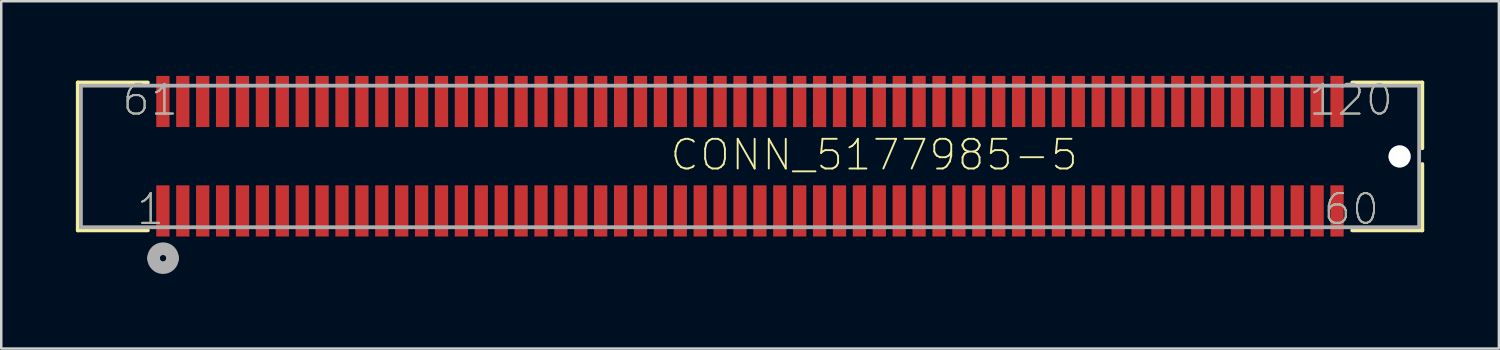
<source format=kicad_pcb>
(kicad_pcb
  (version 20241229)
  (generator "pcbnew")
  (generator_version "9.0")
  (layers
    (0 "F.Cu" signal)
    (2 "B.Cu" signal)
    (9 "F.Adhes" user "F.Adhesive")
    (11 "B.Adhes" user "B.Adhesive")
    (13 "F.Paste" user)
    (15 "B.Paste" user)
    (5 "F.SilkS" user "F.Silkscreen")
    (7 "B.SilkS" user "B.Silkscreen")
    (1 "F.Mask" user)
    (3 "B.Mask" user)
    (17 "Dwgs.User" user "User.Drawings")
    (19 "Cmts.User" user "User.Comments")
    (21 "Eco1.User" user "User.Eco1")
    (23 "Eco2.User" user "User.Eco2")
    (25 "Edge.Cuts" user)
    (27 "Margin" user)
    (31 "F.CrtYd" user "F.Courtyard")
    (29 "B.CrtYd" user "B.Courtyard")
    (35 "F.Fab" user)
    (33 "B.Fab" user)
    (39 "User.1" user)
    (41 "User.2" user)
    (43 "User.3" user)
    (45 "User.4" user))
  (footprint "CONN_5177985-5"
    (layer "F.Cu")
    (at 50.698 1.029)
    (property "Reference" "CONN_5177985-5" (at -26.873 2.845 0) (layer "F.SilkS") (effects (font (size 1.194 1.194) (thickness 0.076)) (justify left bottom)))
    (fp_line (start -50.622 -0.762) (end -50.622 5.182) (stroke (width 0.152) (type solid)) (layer "F.SilkS"))
    (fp_line (start -50.622 5.182) (end -47.803 5.182) (stroke (width 0.152) (type solid)) (layer "F.SilkS"))
    (fp_line (start -47.803 -0.762) (end -50.622 -0.762) (stroke (width 0.152) (type solid)) (layer "F.SilkS"))
    (fp_line (start 0.61 5.182) (end 3.429 5.182) (stroke (width 0.152) (type solid)) (layer "F.SilkS"))
    (fp_line (start 3.429 -0.762) (end 0.61 -0.762) (stroke (width 0.152) (type solid)) (layer "F.SilkS"))
    (fp_line (start 3.429 1.88) (end 3.429 -0.762) (stroke (width 0.152) (type solid)) (layer "F.SilkS"))
    (fp_line (start 3.429 5.182) (end 3.429 2.515) (stroke (width 0.152) (type solid)) (layer "F.SilkS"))
    (fp_arc (start -47.0916 5.9436) (mid -46.89327 6.075333) (end -46.8122 6.299199) (stroke (width 0.1524) (type solid)) (layer "F.SilkS"))
    (fp_arc (start -46.8122 6.2992) (mid -47.406249 6.600129) (end -47.294799 5.943599) (stroke (width 0.1524) (type solid)) (layer "F.SilkS"))
    (fp_line (start -50.495 -0.635) (end -50.495 5.055) (stroke (width 0.152) (type solid)) (layer "F.Fab"))
    (fp_line (start -50.495 5.055) (end 3.302 5.055) (stroke (width 0.152) (type solid)) (layer "F.Fab"))
    (fp_line (start 3.302 -0.635) (end -50.495 -0.635) (stroke (width 0.152) (type solid)) (layer "F.Fab"))
    (fp_line (start 3.302 5.055) (end 3.302 -0.635) (stroke (width 0.152) (type solid)) (layer "F.Fab"))
    (fp_arc (start -47.5742 6.2992) (mid -47.1932 5.9182) (end -46.8122 6.2992) (stroke (width 0.508) (type solid)) (layer "F.Fab"))
    (fp_arc (start -46.8122 6.2992) (mid -47.1932 6.6802) (end -47.5742 6.2992) (stroke (width 0.508) (type solid)) (layer "F.Fab"))
    (fp_text user "60" (at -0.61 5.029 0) (layer "F.SilkS") (effects (font (size 1.194 1.194) (thickness 0.076)) (justify left bottom)))
    (fp_text user "61" (at -48.895 0.635 0) (layer "F.SilkS") (effects (font (size 1.194 1.194) (thickness 0.076)) (justify left bottom)))
    (fp_text user "120" (at -1.194 0.635 0) (layer "F.SilkS") (effects (font (size 1.194 1.194) (thickness 0.076)) (justify left bottom)))
    (fp_text user "1" (at -48.311 5.029 0) (layer "F.SilkS") (effects (font (size 1.194 1.194) (thickness 0.076)) (justify left bottom)))
    (fp_text user "1" (at -48.311 5.029 0) (layer "F.Fab") (effects (font (size 1.194 1.194) (thickness 0.076)) (justify left bottom)))
    (fp_text user "60" (at -0.61 5.029 0) (layer "F.Fab") (effects (font (size 1.194 1.194) (thickness 0.076)) (justify left bottom)))
    (fp_text user "120" (at -1.194 0.635 0) (layer "F.Fab") (effects (font (size 1.194 1.194) (thickness 0.076)) (justify left bottom)))
    (fp_text user "61" (at -48.895 0.635 0) (layer "F.Fab") (effects (font (size 1.194 1.194) (thickness 0.076)) (justify left bottom)))
    (pad "1" smd rect (at -47.2 4.4) (size 0.533 2.057) (layers "F.Cu" "F.Mask" "F.Paste"))
    (pad "2" smd rect (at -46.4 4.4) (size 0.533 2.057) (layers "F.Cu" "F.Mask" "F.Paste"))
    (pad "3" smd rect (at -45.6 4.4) (size 0.533 2.057) (layers "F.Cu" "F.Mask" "F.Paste"))
    (pad "4" smd rect (at -44.8 4.4) (size 0.533 2.057) (layers "F.Cu" "F.Mask" "F.Paste"))
    (pad "5" smd rect (at -44 4.4) (size 0.533 2.057) (layers "F.Cu" "F.Mask" "F.Paste"))
    (pad "6" smd rect (at -43.2 4.4) (size 0.533 2.057) (layers "F.Cu" "F.Mask" "F.Paste"))
    (pad "7" smd rect (at -42.4 4.4) (size 0.533 2.057) (layers "F.Cu" "F.Mask" "F.Paste"))
    (pad "8" smd rect (at -41.6 4.4) (size 0.533 2.057) (layers "F.Cu" "F.Mask" "F.Paste"))
    (pad "9" smd rect (at -40.8 4.4) (size 0.533 2.057) (layers "F.Cu" "F.Mask" "F.Paste"))
    (pad "10" smd rect (at -40 4.4) (size 0.533 2.057) (layers "F.Cu" "F.Mask" "F.Paste"))
    (pad "11" smd rect (at -39.2 4.4) (size 0.533 2.057) (layers "F.Cu" "F.Mask" "F.Paste"))
    (pad "12" smd rect (at -38.4 4.4) (size 0.533 2.057) (layers "F.Cu" "F.Mask" "F.Paste"))
    (pad "13" smd rect (at -37.6 4.4) (size 0.533 2.057) (layers "F.Cu" "F.Mask" "F.Paste"))
    (pad "14" smd rect (at -36.8 4.4) (size 0.533 2.057) (layers "F.Cu" "F.Mask" "F.Paste"))
    (pad "15" smd rect (at -36 4.4) (size 0.533 2.057) (layers "F.Cu" "F.Mask" "F.Paste"))
    (pad "16" smd rect (at -35.2 4.4) (size 0.533 2.057) (layers "F.Cu" "F.Mask" "F.Paste"))
    (pad "17" smd rect (at -34.4 4.4) (size 0.533 2.057) (layers "F.Cu" "F.Mask" "F.Paste"))
    (pad "18" smd rect (at -33.6 4.4) (size 0.533 2.057) (layers "F.Cu" "F.Mask" "F.Paste"))
    (pad "19" smd rect (at -32.8 4.4) (size 0.533 2.057) (layers "F.Cu" "F.Mask" "F.Paste"))
    (pad "20" smd rect (at -32 4.4) (size 0.533 2.057) (layers "F.Cu" "F.Mask" "F.Paste"))
    (pad "21" smd rect (at -31.2 4.4) (size 0.533 2.057) (layers "F.Cu" "F.Mask" "F.Paste"))
    (pad "22" smd rect (at -30.4 4.4) (size 0.533 2.057) (layers "F.Cu" "F.Mask" "F.Paste"))
    (pad "23" smd rect (at -29.6 4.4) (size 0.533 2.057) (layers "F.Cu" "F.Mask" "F.Paste"))
    (pad "24" smd rect (at -28.8 4.4) (size 0.533 2.057) (layers "F.Cu" "F.Mask" "F.Paste"))
    (pad "25" smd rect (at -28 4.4) (size 0.533 2.057) (layers "F.Cu" "F.Mask" "F.Paste"))
    (pad "26" smd rect (at -27.2 4.4) (size 0.533 2.057) (layers "F.Cu" "F.Mask" "F.Paste"))
    (pad "27" smd rect (at -26.4 4.4) (size 0.533 2.057) (layers "F.Cu" "F.Mask" "F.Paste"))
    (pad "28" smd rect (at -25.6 4.4) (size 0.533 2.057) (layers "F.Cu" "F.Mask" "F.Paste"))
    (pad "29" smd rect (at -24.8 4.4) (size 0.533 2.057) (layers "F.Cu" "F.Mask" "F.Paste"))
    (pad "30" smd rect (at -24 4.4) (size 0.533 2.057) (layers "F.Cu" "F.Mask" "F.Paste"))
    (pad "31" smd rect (at -23.2 4.4) (size 0.533 2.057) (layers "F.Cu" "F.Mask" "F.Paste"))
    (pad "32" smd rect (at -22.4 4.4) (size 0.533 2.057) (layers "F.Cu" "F.Mask" "F.Paste"))
    (pad "33" smd rect (at -21.6 4.4) (size 0.533 2.057) (layers "F.Cu" "F.Mask" "F.Paste"))
    (pad "34" smd rect (at -20.8 4.4) (size 0.533 2.057) (layers "F.Cu" "F.Mask" "F.Paste"))
    (pad "35" smd rect (at -20 4.4) (size 0.533 2.057) (layers "F.Cu" "F.Mask" "F.Paste"))
    (pad "36" smd rect (at -19.2 4.4) (size 0.533 2.057) (layers "F.Cu" "F.Mask" "F.Paste"))
    (pad "37" smd rect (at -18.4 4.4) (size 0.533 2.057) (layers "F.Cu" "F.Mask" "F.Paste"))
    (pad "38" smd rect (at -17.6 4.4) (size 0.533 2.057) (layers "F.Cu" "F.Mask" "F.Paste"))
    (pad "39" smd rect (at -16.8 4.4) (size 0.533 2.057) (layers "F.Cu" "F.Mask" "F.Paste"))
    (pad "40" smd rect (at -16 4.4) (size 0.533 2.057) (layers "F.Cu" "F.Mask" "F.Paste"))
    (pad "41" smd rect (at -15.2 4.4) (size 0.533 2.057) (layers "F.Cu" "F.Mask" "F.Paste"))
    (pad "42" smd rect (at -14.4 4.4) (size 0.533 2.057) (layers "F.Cu" "F.Mask" "F.Paste"))
    (pad "43" smd rect (at -13.6 4.4) (size 0.533 2.057) (layers "F.Cu" "F.Mask" "F.Paste"))
    (pad "44" smd rect (at -12.8 4.4) (size 0.533 2.057) (layers "F.Cu" "F.Mask" "F.Paste"))
    (pad "45" smd rect (at -12 4.4) (size 0.533 2.057) (layers "F.Cu" "F.Mask" "F.Paste"))
    (pad "46" smd rect (at -11.2 4.4) (size 0.533 2.057) (layers "F.Cu" "F.Mask" "F.Paste"))
    (pad "47" smd rect (at -10.4 4.4) (size 0.533 2.057) (layers "F.Cu" "F.Mask" "F.Paste"))
    (pad "48" smd rect (at -9.6 4.4) (size 0.533 2.057) (layers "F.Cu" "F.Mask" "F.Paste"))
    (pad "49" smd rect (at -8.8 4.4) (size 0.533 2.057) (layers "F.Cu" "F.Mask" "F.Paste"))
    (pad "50" smd rect (at -8 4.4) (size 0.533 2.057) (layers "F.Cu" "F.Mask" "F.Paste"))
    (pad "51" smd rect (at -7.2 4.4) (size 0.533 2.057) (layers "F.Cu" "F.Mask" "F.Paste"))
    (pad "52" smd rect (at -6.4 4.4) (size 0.533 2.057) (layers "F.Cu" "F.Mask" "F.Paste"))
    (pad "53" smd rect (at -5.6 4.4) (size 0.533 2.057) (layers "F.Cu" "F.Mask" "F.Paste"))
    (pad "54" smd rect (at -4.8 4.4) (size 0.533 2.057) (layers "F.Cu" "F.Mask" "F.Paste"))
    (pad "55" smd rect (at -4 4.4) (size 0.533 2.057) (layers "F.Cu" "F.Mask" "F.Paste"))
    (pad "56" smd rect (at -3.2 4.4) (size 0.533 2.057) (layers "F.Cu" "F.Mask" "F.Paste"))
    (pad "57" smd rect (at -2.4 4.4) (size 0.533 2.057) (layers "F.Cu" "F.Mask" "F.Paste"))
    (pad "58" smd rect (at -1.6 4.4) (size 0.533 2.057) (layers "F.Cu" "F.Mask" "F.Paste"))
    (pad "59" smd rect (at -0.8 4.4) (size 0.533 2.057) (layers "F.Cu" "F.Mask" "F.Paste"))
    (pad "60" smd rect (at -0.000003 4.4) (size 0.533 2.057) (layers "F.Cu" "F.Mask" "F.Paste"))
    (pad "61" smd rect (at -47.2 0) (size 0.533 2.057) (layers "F.Cu" "F.Mask" "F.Paste"))
    (pad "62" smd rect (at -46.4 0) (size 0.533 2.057) (layers "F.Cu" "F.Mask" "F.Paste"))
    (pad "63" smd rect (at -45.6 0) (size 0.533 2.057) (layers "F.Cu" "F.Mask" "F.Paste"))
    (pad "64" smd rect (at -44.8 0) (size 0.533 2.057) (layers "F.Cu" "F.Mask" "F.Paste"))
    (pad "65" smd rect (at -44 0) (size 0.533 2.057) (layers "F.Cu" "F.Mask" "F.Paste"))
    (pad "66" smd rect (at -43.2 0) (size 0.533 2.057) (layers "F.Cu" "F.Mask" "F.Paste"))
    (pad "67" smd rect (at -42.4 0) (size 0.533 2.057) (layers "F.Cu" "F.Mask" "F.Paste"))
    (pad "68" smd rect (at -41.6 0) (size 0.533 2.057) (layers "F.Cu" "F.Mask" "F.Paste"))
    (pad "69" smd rect (at -40.8 0) (size 0.533 2.057) (layers "F.Cu" "F.Mask" "F.Paste"))
    (pad "70" smd rect (at -40 0) (size 0.533 2.057) (layers "F.Cu" "F.Mask" "F.Paste"))
    (pad "71" smd rect (at -39.2 0) (size 0.533 2.057) (layers "F.Cu" "F.Mask" "F.Paste"))
    (pad "72" smd rect (at -38.4 0) (size 0.533 2.057) (layers "F.Cu" "F.Mask" "F.Paste"))
    (pad "73" smd rect (at -37.6 0) (size 0.533 2.057) (layers "F.Cu" "F.Mask" "F.Paste"))
    (pad "74" smd rect (at -36.8 0) (size 0.533 2.057) (layers "F.Cu" "F.Mask" "F.Paste"))
    (pad "75" smd rect (at -36 0) (size 0.533 2.057) (layers "F.Cu" "F.Mask" "F.Paste"))
    (pad "76" smd rect (at -35.2 0) (size 0.533 2.057) (layers "F.Cu" "F.Mask" "F.Paste"))
    (pad "77" smd rect (at -34.4 0) (size 0.533 2.057) (layers "F.Cu" "F.Mask" "F.Paste"))
    (pad "78" smd rect (at -33.6 0) (size 0.533 2.057) (layers "F.Cu" "F.Mask" "F.Paste"))
    (pad "79" smd rect (at -32.8 0) (size 0.533 2.057) (layers "F.Cu" "F.Mask" "F.Paste"))
    (pad "80" smd rect (at -32 0) (size 0.533 2.057) (layers "F.Cu" "F.Mask" "F.Paste"))
    (pad "81" smd rect (at -31.2 0) (size 0.533 2.057) (layers "F.Cu" "F.Mask" "F.Paste"))
    (pad "82" smd rect (at -30.4 0) (size 0.533 2.057) (layers "F.Cu" "F.Mask" "F.Paste"))
    (pad "83" smd rect (at -29.6 0) (size 0.533 2.057) (layers "F.Cu" "F.Mask" "F.Paste"))
    (pad "84" smd rect (at -28.8 0) (size 0.533 2.057) (layers "F.Cu" "F.Mask" "F.Paste"))
    (pad "85" smd rect (at -28 0) (size 0.533 2.057) (layers "F.Cu" "F.Mask" "F.Paste"))
    (pad "86" smd rect (at -27.2 0) (size 0.533 2.057) (layers "F.Cu" "F.Mask" "F.Paste"))
    (pad "87" smd rect (at -26.4 0) (size 0.533 2.057) (layers "F.Cu" "F.Mask" "F.Paste"))
    (pad "88" smd rect (at -25.6 0) (size 0.533 2.057) (layers "F.Cu" "F.Mask" "F.Paste"))
    (pad "89" smd rect (at -24.8 0) (size 0.533 2.057) (layers "F.Cu" "F.Mask" "F.Paste"))
    (pad "90" smd rect (at -24 0) (size 0.533 2.057) (layers "F.Cu" "F.Mask" "F.Paste"))
    (pad "91" smd rect (at -23.2 0) (size 0.533 2.057) (layers "F.Cu" "F.Mask" "F.Paste"))
    (pad "92" smd rect (at -22.4 0) (size 0.533 2.057) (layers "F.Cu" "F.Mask" "F.Paste"))
    (pad "93" smd rect (at -21.6 0) (size 0.533 2.057) (layers "F.Cu" "F.Mask" "F.Paste"))
    (pad "94" smd rect (at -20.8 0) (size 0.533 2.057) (layers "F.Cu" "F.Mask" "F.Paste"))
    (pad "95" smd rect (at -20 0) (size 0.533 2.057) (layers "F.Cu" "F.Mask" "F.Paste"))
    (pad "96" smd rect (at -19.2 0) (size 0.533 2.057) (layers "F.Cu" "F.Mask" "F.Paste"))
    (pad "97" smd rect (at -18.4 0) (size 0.533 2.057) (layers "F.Cu" "F.Mask" "F.Paste"))
    (pad "98" smd rect (at -17.6 0) (size 0.533 2.057) (layers "F.Cu" "F.Mask" "F.Paste"))
    (pad "99" smd rect (at -16.8 0) (size 0.533 2.057) (layers "F.Cu" "F.Mask" "F.Paste"))
    (pad "100" smd rect (at -16 0) (size 0.533 2.057) (layers "F.Cu" "F.Mask" "F.Paste"))
    (pad "101" smd rect (at -15.2 0) (size 0.533 2.057) (layers "F.Cu" "F.Mask" "F.Paste"))
    (pad "102" smd rect (at -14.4 0) (size 0.533 2.057) (layers "F.Cu" "F.Mask" "F.Paste"))
    (pad "103" smd rect (at -13.6 0) (size 0.533 2.057) (layers "F.Cu" "F.Mask" "F.Paste"))
    (pad "104" smd rect (at -12.8 0) (size 0.533 2.057) (layers "F.Cu" "F.Mask" "F.Paste"))
    (pad "105" smd rect (at -12 0) (size 0.533 2.057) (layers "F.Cu" "F.Mask" "F.Paste"))
    (pad "106" smd rect (at -11.2 0) (size 0.533 2.057) (layers "F.Cu" "F.Mask" "F.Paste"))
    (pad "107" smd rect (at -10.4 0) (size 0.533 2.057) (layers "F.Cu" "F.Mask" "F.Paste"))
    (pad "108" smd rect (at -9.6 0) (size 0.533 2.057) (layers "F.Cu" "F.Mask" "F.Paste"))
    (pad "109" smd rect (at -8.8 0) (size 0.533 2.057) (layers "F.Cu" "F.Mask" "F.Paste"))
    (pad "110" smd rect (at -8 0) (size 0.533 2.057) (layers "F.Cu" "F.Mask" "F.Paste"))
    (pad "111" smd rect (at -7.2 0) (size 0.533 2.057) (layers "F.Cu" "F.Mask" "F.Paste"))
    (pad "112" smd rect (at -6.4 0) (size 0.533 2.057) (layers "F.Cu" "F.Mask" "F.Paste"))
    (pad "113" smd rect (at -5.6 0) (size 0.533 2.057) (layers "F.Cu" "F.Mask" "F.Paste"))
    (pad "114" smd rect (at -4.8 0) (size 0.533 2.057) (layers "F.Cu" "F.Mask" "F.Paste"))
    (pad "115" smd rect (at -4 0) (size 0.533 2.057) (layers "F.Cu" "F.Mask" "F.Paste"))
    (pad "116" smd rect (at -3.2 0) (size 0.533 2.057) (layers "F.Cu" "F.Mask" "F.Paste"))
    (pad "117" smd rect (at -2.4 0) (size 0.533 2.057) (layers "F.Cu" "F.Mask" "F.Paste"))
    (pad "118" smd rect (at -1.6 0) (size 0.533 2.057) (layers "F.Cu" "F.Mask" "F.Paste"))
    (pad "119" smd rect (at -0.8 0) (size 0.533 2.057) (layers "F.Cu" "F.Mask" "F.Paste"))
    (pad "120" smd rect (at -0.000003 0) (size 0.533 2.057) (layers "F.Cu" "F.Mask" "F.Paste"))
    (pad "121" thru_hole circle (at 2.515 2.21) (size 0.889 0.889) (drill 0.889) (layers "*.Cu" "*.Mask")))
  (gr_rect
    (start -3 -3)
    (end 57.204 10.963)
    (stroke (width 0.1) (type default))
    (fill no)
    (layer "Edge.Cuts")))
</source>
